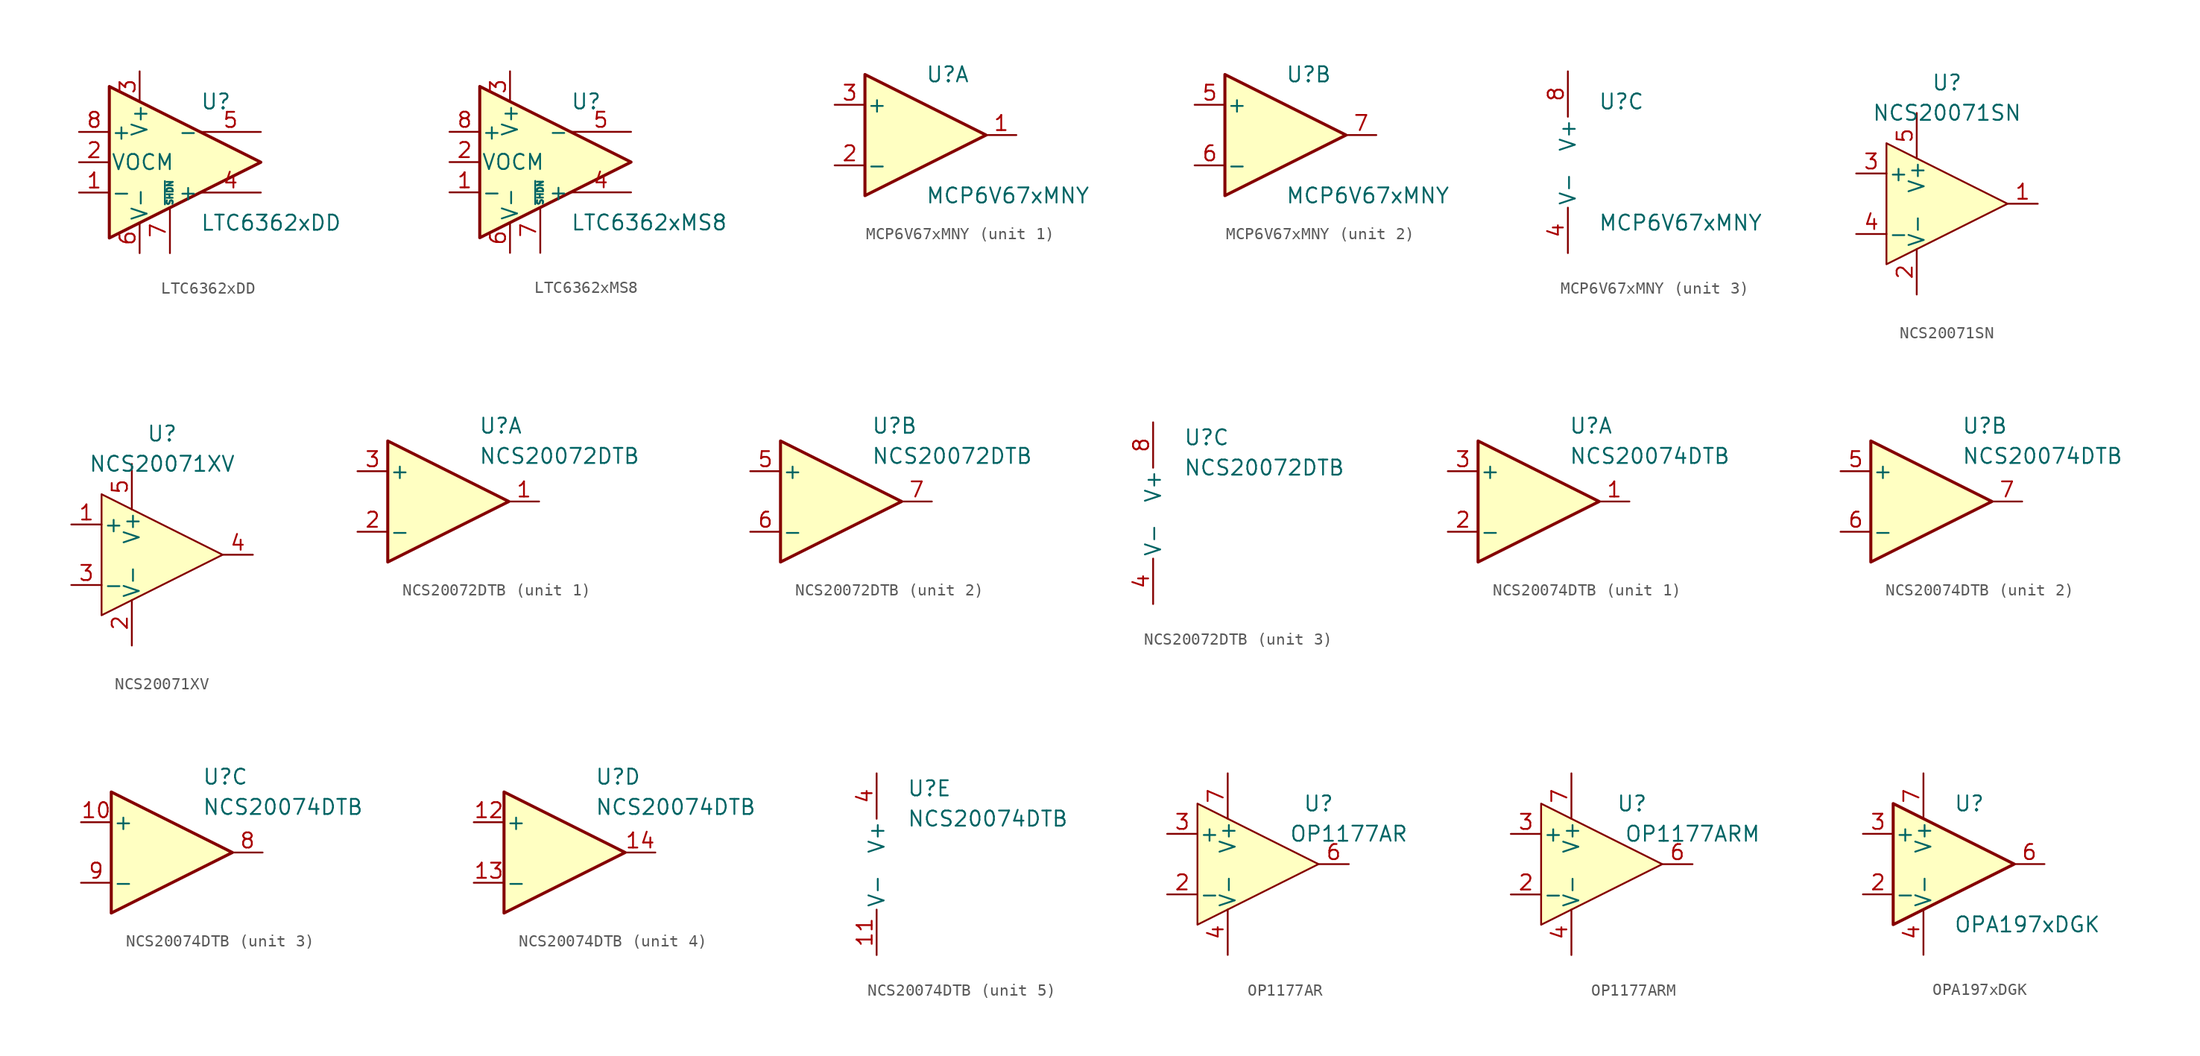
<source format=kicad_sym>
(kicad_symbol_lib
  (version 20201005)
  (generator kicad_symbol_editor)
  (symbol "LTC6362xDD"
    (pin_names
      (offset 0.127))
    (property "Reference" "U"
      (at 2.54 5.08 0)
      (effects (font (size 1.27 1.27)) (justify left)))
    (property "Value" "LTC6362xDD"
      (at 2.54 -5.08 0)
      (effects (font (size 1.27 1.27)) (justify left)))
    (symbol "LTC6362xDD_0_1"
      (polyline (pts (xy -5.08 6.35) (xy -5.08 -6.35) (xy 7.62 0) (xy -5.08 6.35)) (stroke (width 0.254)) (fill (type background))))
    (symbol "LTC6362xDD_1_1"
      (pin input line (at -7.62 -2.54 0) (length 2.54) (name "-" (effects (font (size 1.27 1.27)))) (number "1" (effects (font (size 1.27 1.27)))))
      (pin input line (at -7.62 0 0) (length 2.54) (name "VOCM" (effects (font (size 1.27 1.27)))) (number "2" (effects (font (size 1.27 1.27)))))
      (pin power_in line (at -2.54 7.62 270) (length 2.54) (name "V+" (effects (font (size 1.27 1.27)))) (number "3" (effects (font (size 1.27 1.27)))))
      (pin output line (at 7.62 -2.54 180) (length 5.08) (name "+" (effects (font (size 1.27 1.27)))) (number "4" (effects (font (size 1.27 1.27)))))
      (pin output line (at 7.62 2.54 180) (length 5.08) (name "-" (effects (font (size 1.27 1.27)))) (number "5" (effects (font (size 1.27 1.27)))))
      (pin power_in line (at -2.54 -7.62 90) (length 2.54) (name "V-" (effects (font (size 1.27 1.27)))) (number "6" (effects (font (size 1.27 1.27)))))
      (pin input line (at 0 -7.62 90) (length 3.81) (name "~SHDN" (effects (font (size 0.508 0.508)))) (number "7" (effects (font (size 1.27 1.27)))))
      (pin input line (at -7.62 2.54 0) (length 2.54) (name "+" (effects (font (size 1.27 1.27)))) (number "8" (effects (font (size 1.27 1.27)))))
      (pin passive line (at -2.54 -7.62 90) (length 2.54) hide (name "V-" (effects (font (size 1.27 1.27)))) (number "9" (effects (font (size 1.27 1.27)))))))
  (symbol "LTC6362xMS8"
    (pin_names
      (offset 0.127))
    (property "Reference" "U"
      (at 2.54 5.08 0)
      (effects (font (size 1.27 1.27)) (justify left)))
    (property "Value" "LTC6362xMS8"
      (at 2.54 -5.08 0)
      (effects (font (size 1.27 1.27)) (justify left)))
    (symbol "LTC6362xMS8_0_1"
      (polyline (pts (xy -5.08 6.35) (xy -5.08 -6.35) (xy 7.62 0) (xy -5.08 6.35)) (stroke (width 0.254)) (fill (type background))))
    (symbol "LTC6362xMS8_1_1"
      (pin input line (at -7.62 -2.54 0) (length 2.54) (name "-" (effects (font (size 1.27 1.27)))) (number "1" (effects (font (size 1.27 1.27)))))
      (pin input line (at -7.62 0 0) (length 2.54) (name "VOCM" (effects (font (size 1.27 1.27)))) (number "2" (effects (font (size 1.27 1.27)))))
      (pin power_in line (at -2.54 7.62 270) (length 2.54) (name "V+" (effects (font (size 1.27 1.27)))) (number "3" (effects (font (size 1.27 1.27)))))
      (pin output line (at 7.62 -2.54 180) (length 5.08) (name "+" (effects (font (size 1.27 1.27)))) (number "4" (effects (font (size 1.27 1.27)))))
      (pin output line (at 7.62 2.54 180) (length 5.08) (name "-" (effects (font (size 1.27 1.27)))) (number "5" (effects (font (size 1.27 1.27)))))
      (pin power_in line (at -2.54 -7.62 90) (length 2.54) (name "V-" (effects (font (size 1.27 1.27)))) (number "6" (effects (font (size 1.27 1.27)))))
      (pin input line (at 0 -7.62 90) (length 3.81) (name "~SHDN" (effects (font (size 0.508 0.508)))) (number "7" (effects (font (size 1.27 1.27)))))
      (pin input line (at -7.62 2.54 0) (length 2.54) (name "+" (effects (font (size 1.27 1.27)))) (number "8" (effects (font (size 1.27 1.27)))))))
  (symbol "MCP6V67xMNY"
    (pin_names
      (offset 0.127))
    (property "Reference" "U"
      (at 0 5.08 0)
      (effects (font (size 1.27 1.27)) (justify left)))
    (property "Value" "MCP6V67xMNY"
      (at 0 -5.08 0)
      (effects (font (size 1.27 1.27)) (justify left)))
    (property "ki_locked" ""
      (at 0 0 0)
      (effects (font (size 1.27 1.27))))
    (symbol "MCP6V67xMNY_1_1"
      (polyline (pts (xy -5.08 5.08) (xy 5.08 0) (xy -5.08 -5.08) (xy -5.08 5.08)) (stroke (width 0.254)) (fill (type background)))
      (pin output line (at 7.62 0 180) (length 2.54) (name "~" (effects (font (size 1.27 1.27)))) (number "1" (effects (font (size 1.27 1.27)))))
      (pin input line (at -7.62 -2.54 0) (length 2.54) (name "-" (effects (font (size 1.27 1.27)))) (number "2" (effects (font (size 1.27 1.27)))))
      (pin input line (at -7.62 2.54 0) (length 2.54) (name "+" (effects (font (size 1.27 1.27)))) (number "3" (effects (font (size 1.27 1.27))))))
    (symbol "MCP6V67xMNY_2_1"
      (polyline (pts (xy -5.08 5.08) (xy 5.08 0) (xy -5.08 -5.08) (xy -5.08 5.08)) (stroke (width 0.254)) (fill (type background)))
      (pin input line (at -7.62 2.54 0) (length 2.54) (name "+" (effects (font (size 1.27 1.27)))) (number "5" (effects (font (size 1.27 1.27)))))
      (pin input line (at -7.62 -2.54 0) (length 2.54) (name "-" (effects (font (size 1.27 1.27)))) (number "6" (effects (font (size 1.27 1.27)))))
      (pin output line (at 7.62 0 180) (length 2.54) (name "~" (effects (font (size 1.27 1.27)))) (number "7" (effects (font (size 1.27 1.27))))))
    (symbol "MCP6V67xMNY_3_1"
      (pin power_in line (at -2.54 -7.62 90) (length 3.81) (name "V-" (effects (font (size 1.27 1.27)))) (number "4" (effects (font (size 1.27 1.27)))))
      (pin power_in line (at -2.54 7.62 270) (length 3.81) (name "V+" (effects (font (size 1.27 1.27)))) (number "8" (effects (font (size 1.27 1.27)))))
      (pin passive line (at -2.54 -7.62 90) (length 3.81) hide (name "V-" (effects (font (size 1.27 1.27)))) (number "9" (effects (font (size 1.27 1.27)))))))
  (symbol "NCS20071SN"
    (pin_names
      (offset 0.127))
    (property "Reference" "U"
      (at 0 10.16 0)
      (effects (font (size 1.27 1.27))))
    (property "Value" "NCS20071SN"
      (at 0 7.62 0)
      (effects (font (size 1.27 1.27))))
    (symbol "NCS20071SN_1_1"
      (polyline (pts (xy 5.08 0) (xy -5.08 5.08) (xy -5.08 -5.08) (xy 5.08 0)) (stroke (width 0)) (fill (type background)))
      (pin output line (at 7.62 0 180) (length 2.54) (name "~" (effects (font (size 1.27 1.27)))) (number "1" (effects (font (size 1.27 1.27)))))
      (pin power_in line (at -2.54 -7.62 90) (length 3.81) (name "V-" (effects (font (size 1.27 1.27)))) (number "2" (effects (font (size 1.27 1.27)))))
      (pin input line (at -7.62 2.54 0) (length 2.54) (name "+" (effects (font (size 1.27 1.27)))) (number "3" (effects (font (size 1.27 1.27)))))
      (pin input line (at -7.62 -2.54 0) (length 2.54) (name "-" (effects (font (size 1.27 1.27)))) (number "4" (effects (font (size 1.27 1.27)))))
      (pin power_in line (at -2.54 7.62 270) (length 3.81) (name "V+" (effects (font (size 1.27 1.27)))) (number "5" (effects (font (size 1.27 1.27)))))))
  (symbol "NCS20071XV"
    (pin_names
      (offset 0.127))
    (property "Reference" "U"
      (at 0 10.16 0)
      (effects (font (size 1.27 1.27))))
    (property "Value" "NCS20071XV"
      (at 0 7.62 0)
      (effects (font (size 1.27 1.27))))
    (symbol "NCS20071XV_1_1"
      (polyline (pts (xy 5.08 0) (xy -5.08 5.08) (xy -5.08 -5.08) (xy 5.08 0)) (stroke (width 0)) (fill (type background)))
      (pin input line (at -7.62 2.54 0) (length 2.54) (name "+" (effects (font (size 1.27 1.27)))) (number "1" (effects (font (size 1.27 1.27)))))
      (pin power_in line (at -2.54 -7.62 90) (length 3.81) (name "V-" (effects (font (size 1.27 1.27)))) (number "2" (effects (font (size 1.27 1.27)))))
      (pin input line (at -7.62 -2.54 0) (length 2.54) (name "-" (effects (font (size 1.27 1.27)))) (number "3" (effects (font (size 1.27 1.27)))))
      (pin output line (at 7.62 0 180) (length 2.54) (name "~" (effects (font (size 1.27 1.27)))) (number "4" (effects (font (size 1.27 1.27)))))
      (pin power_in line (at -2.54 7.62 270) (length 3.81) (name "V+" (effects (font (size 1.27 1.27)))) (number "5" (effects (font (size 1.27 1.27)))))))
  (symbol "NCS20072DTB"
    (pin_names
      (offset 0.127))
    (property "Reference" "U"
      (at 2.54 6.35 0)
      (effects (font (size 1.27 1.27)) (justify left)))
    (property "Value" "NCS20072DTB"
      (at 2.54 3.81 0)
      (effects (font (size 1.27 1.27)) (justify left)))
    (property "ki_locked" ""
      (at 0 0 0)
      (effects (font (size 1.27 1.27))))
    (symbol "NCS20072DTB_1_1"
      (polyline (pts (xy 5.08 0) (xy -5.08 5.08) (xy -5.08 -5.08) (xy 5.08 0)) (stroke (width 0.254)) (fill (type background)))
      (pin output line (at 7.62 0 180) (length 2.54) (name "~" (effects (font (size 1.27 1.27)))) (number "1" (effects (font (size 1.27 1.27)))))
      (pin input line (at -7.62 -2.54 0) (length 2.54) (name "-" (effects (font (size 1.27 1.27)))) (number "2" (effects (font (size 1.27 1.27)))))
      (pin input line (at -7.62 2.54 0) (length 2.54) (name "+" (effects (font (size 1.27 1.27)))) (number "3" (effects (font (size 1.27 1.27))))))
    (symbol "NCS20072DTB_2_1"
      (polyline (pts (xy 5.08 0) (xy -5.08 5.08) (xy -5.08 -5.08) (xy 5.08 0)) (stroke (width 0.254)) (fill (type background)))
      (pin input line (at -7.62 2.54 0) (length 2.54) (name "+" (effects (font (size 1.27 1.27)))) (number "5" (effects (font (size 1.27 1.27)))))
      (pin input line (at -7.62 -2.54 0) (length 2.54) (name "-" (effects (font (size 1.27 1.27)))) (number "6" (effects (font (size 1.27 1.27)))))
      (pin output line (at 7.62 0 180) (length 2.54) (name "~" (effects (font (size 1.27 1.27)))) (number "7" (effects (font (size 1.27 1.27))))))
    (symbol "NCS20072DTB_3_1"
      (pin power_in line (at 0 -7.62 90) (length 3.81) (name "V-" (effects (font (size 1.27 1.27)))) (number "4" (effects (font (size 1.27 1.27)))))
      (pin power_in line (at 0 7.62 270) (length 3.81) (name "V+" (effects (font (size 1.27 1.27)))) (number "8" (effects (font (size 1.27 1.27)))))))
  (symbol "NCS20074DTB"
    (pin_names
      (offset 0.127))
    (property "Reference" "U"
      (at 2.54 6.35 0)
      (effects (font (size 1.27 1.27)) (justify left)))
    (property "Value" "NCS20074DTB"
      (at 2.54 3.81 0)
      (effects (font (size 1.27 1.27)) (justify left)))
    (property "ki_locked" ""
      (at 0 0 0)
      (effects (font (size 1.27 1.27))))
    (symbol "NCS20074DTB_1_1"
      (polyline (pts (xy 5.08 0) (xy -5.08 5.08) (xy -5.08 -5.08) (xy 5.08 0)) (stroke (width 0.254)) (fill (type background)))
      (pin output line (at 7.62 0 180) (length 2.54) (name "~" (effects (font (size 1.27 1.27)))) (number "1" (effects (font (size 1.27 1.27)))))
      (pin input line (at -7.62 -2.54 0) (length 2.54) (name "-" (effects (font (size 1.27 1.27)))) (number "2" (effects (font (size 1.27 1.27)))))
      (pin input line (at -7.62 2.54 0) (length 2.54) (name "+" (effects (font (size 1.27 1.27)))) (number "3" (effects (font (size 1.27 1.27))))))
    (symbol "NCS20074DTB_2_1"
      (polyline (pts (xy -5.08 5.08) (xy -5.08 -5.08) (xy 5.08 0) (xy -5.08 5.08)) (stroke (width 0.254)) (fill (type background)))
      (pin input line (at -7.62 2.54 0) (length 2.54) (name "+" (effects (font (size 1.27 1.27)))) (number "5" (effects (font (size 1.27 1.27)))))
      (pin input line (at -7.62 -2.54 0) (length 2.54) (name "-" (effects (font (size 1.27 1.27)))) (number "6" (effects (font (size 1.27 1.27)))))
      (pin output line (at 7.62 0 180) (length 2.54) (name "~" (effects (font (size 1.27 1.27)))) (number "7" (effects (font (size 1.27 1.27))))))
    (symbol "NCS20074DTB_3_1"
      (polyline (pts (xy 5.08 0) (xy -5.08 5.08) (xy -5.08 -5.08) (xy 5.08 0)) (stroke (width 0.254)) (fill (type background)))
      (pin input line (at -7.62 2.54 0) (length 2.54) (name "+" (effects (font (size 1.27 1.27)))) (number "10" (effects (font (size 1.27 1.27)))))
      (pin output line (at 7.62 0 180) (length 2.54) (name "~" (effects (font (size 1.27 1.27)))) (number "8" (effects (font (size 1.27 1.27)))))
      (pin input line (at -7.62 -2.54 0) (length 2.54) (name "-" (effects (font (size 1.27 1.27)))) (number "9" (effects (font (size 1.27 1.27))))))
    (symbol "NCS20074DTB_4_1"
      (polyline (pts (xy -5.08 5.08) (xy 5.08 0) (xy -5.08 -5.08) (xy -5.08 5.08)) (stroke (width 0.254)) (fill (type background)))
      (pin input line (at -7.62 2.54 0) (length 2.54) (name "+" (effects (font (size 1.27 1.27)))) (number "12" (effects (font (size 1.27 1.27)))))
      (pin input line (at -7.62 -2.54 0) (length 2.54) (name "-" (effects (font (size 1.27 1.27)))) (number "13" (effects (font (size 1.27 1.27)))))
      (pin output line (at 7.62 0 180) (length 2.54) (name "~" (effects (font (size 1.27 1.27)))) (number "14" (effects (font (size 1.27 1.27))))))
    (symbol "NCS20074DTB_5_1"
      (pin power_in line (at 0 -7.62 90) (length 3.81) (name "V-" (effects (font (size 1.27 1.27)))) (number "11" (effects (font (size 1.27 1.27)))))
      (pin power_in line (at 0 7.62 270) (length 3.81) (name "V+" (effects (font (size 1.27 1.27)))) (number "4" (effects (font (size 1.27 1.27)))))))
  (symbol "OP1177AR"
    (pin_names
      (offset 0.127))
    (property "Reference" "U"
      (at 5.08 5.08 0)
      (effects (font (size 1.27 1.27))))
    (property "Value" "OP1177AR"
      (at 7.62 2.54 0)
      (effects (font (size 1.27 1.27))))
    (symbol "OP1177AR_0_1"
      (polyline (pts (xy -5.08 5.08) (xy -5.08 -5.08) (xy 5.08 0) (xy -5.08 5.08)) (stroke (width 0)) (fill (type background))))
    (symbol "OP1177AR_1_1"
      (pin no_connect line (at -5.08 0 0) (length 3.81) hide (name "NC" (effects (font (size 1.27 1.27)))) (number "1" (effects (font (size 1.27 1.27)))))
      (pin input line (at -7.62 -2.54 0) (length 2.54) (name "-" (effects (font (size 1.27 1.27)))) (number "2" (effects (font (size 1.27 1.27)))))
      (pin input line (at -7.62 2.54 0) (length 2.54) (name "+" (effects (font (size 1.27 1.27)))) (number "3" (effects (font (size 1.27 1.27)))))
      (pin power_in line (at -2.54 -7.62 90) (length 3.81) (name "V-" (effects (font (size 1.27 1.27)))) (number "4" (effects (font (size 1.27 1.27)))))
      (pin no_connect line (at 0 -2.54 90) (length 3.81) hide (name "NC" (effects (font (size 1.27 1.27)))) (number "5" (effects (font (size 1.27 1.27)))))
      (pin output line (at 7.62 0 180) (length 2.54) (name "~" (effects (font (size 1.27 1.27)))) (number "6" (effects (font (size 1.27 1.27)))))
      (pin power_in line (at -2.54 7.62 270) (length 3.81) (name "V+" (effects (font (size 1.27 1.27)))) (number "7" (effects (font (size 1.27 1.27)))))
      (pin no_connect line (at 0 2.54 270) (length 3.81) hide (name "NC" (effects (font (size 1.27 1.27)))) (number "8" (effects (font (size 1.27 1.27)))))))
  (symbol "OP1177ARM"
    (pin_names
      (offset 0.127))
    (property "Reference" "U"
      (at 2.54 5.08 0)
      (effects (font (size 1.27 1.27))))
    (property "Value" "OP1177ARM"
      (at 7.62 2.54 0)
      (effects (font (size 1.27 1.27))))
    (symbol "OP1177ARM_0_1"
      (polyline (pts (xy -5.08 5.08) (xy -5.08 -5.08) (xy 5.08 0) (xy -5.08 5.08)) (stroke (width 0)) (fill (type background))))
    (symbol "OP1177ARM_1_1"
      (pin no_connect line (at -5.08 0 0) (length 3.81) hide (name "NC" (effects (font (size 1.27 1.27)))) (number "1" (effects (font (size 1.27 1.27)))))
      (pin input line (at -7.62 -2.54 0) (length 2.54) (name "-" (effects (font (size 1.27 1.27)))) (number "2" (effects (font (size 1.27 1.27)))))
      (pin input line (at -7.62 2.54 0) (length 2.54) (name "+" (effects (font (size 1.27 1.27)))) (number "3" (effects (font (size 1.27 1.27)))))
      (pin power_in line (at -2.54 -7.62 90) (length 3.81) (name "V-" (effects (font (size 1.27 1.27)))) (number "4" (effects (font (size 1.27 1.27)))))
      (pin no_connect line (at 0 -2.54 90) (length 3.81) hide (name "NC" (effects (font (size 1.27 1.27)))) (number "5" (effects (font (size 1.27 1.27)))))
      (pin output line (at 7.62 0 180) (length 2.54) (name "~" (effects (font (size 1.27 1.27)))) (number "6" (effects (font (size 1.27 1.27)))))
      (pin power_in line (at -2.54 7.62 270) (length 3.81) (name "V+" (effects (font (size 1.27 1.27)))) (number "7" (effects (font (size 1.27 1.27)))))
      (pin no_connect line (at 0 2.54 270) (length 3.81) hide (name "NC" (effects (font (size 1.27 1.27)))) (number "8" (effects (font (size 1.27 1.27)))))))
  (symbol "OPA197xDGK"
    (pin_names
      (offset 0.127))
    (property "Reference" "U"
      (at 0 5.08 0)
      (effects (font (size 1.27 1.27)) (justify left)))
    (property "Value" "OPA197xDGK"
      (at 0 -5.08 0)
      (effects (font (size 1.27 1.27)) (justify left)))
    (symbol "OPA197xDGK_0_1"
      (polyline (pts (xy -5.08 5.08) (xy 5.08 0) (xy -5.08 -5.08) (xy -5.08 5.08)) (stroke (width 0.254)) (fill (type background)))
      (pin no_connect line (at 2.54 0 270) (length 2.54) hide (name "NC" (effects (font (size 1.27 1.27)))) (number "1" (effects (font (size 1.27 1.27)))))
      (pin power_in line (at -2.54 -7.62 90) (length 3.81) (name "V-" (effects (font (size 1.27 1.27)))) (number "4" (effects (font (size 1.27 1.27)))))
      (pin no_connect line (at 0 2.54 270) (length 2.54) hide (name "NC" (effects (font (size 1.27 1.27)))) (number "5" (effects (font (size 1.27 1.27)))))
      (pin power_in line (at -2.54 7.62 270) (length 3.81) (name "V+" (effects (font (size 1.27 1.27)))) (number "7" (effects (font (size 1.27 1.27)))))
      (pin no_connect line (at 0 -2.54 90) (length 2.54) hide (name "NC" (effects (font (size 1.27 1.27)))) (number "8" (effects (font (size 1.27 1.27))))))
    (symbol "OPA197xDGK_1_1"
      (pin input line (at -7.62 -2.54 0) (length 2.54) (name "-" (effects (font (size 1.27 1.27)))) (number "2" (effects (font (size 1.27 1.27)))))
      (pin input line (at -7.62 2.54 0) (length 2.54) (name "+" (effects (font (size 1.27 1.27)))) (number "3" (effects (font (size 1.27 1.27)))))
      (pin output line (at 7.62 0 180) (length 2.54) (name "~" (effects (font (size 1.27 1.27)))) (number "6" (effects (font (size 1.27 1.27))))))))
</source>
